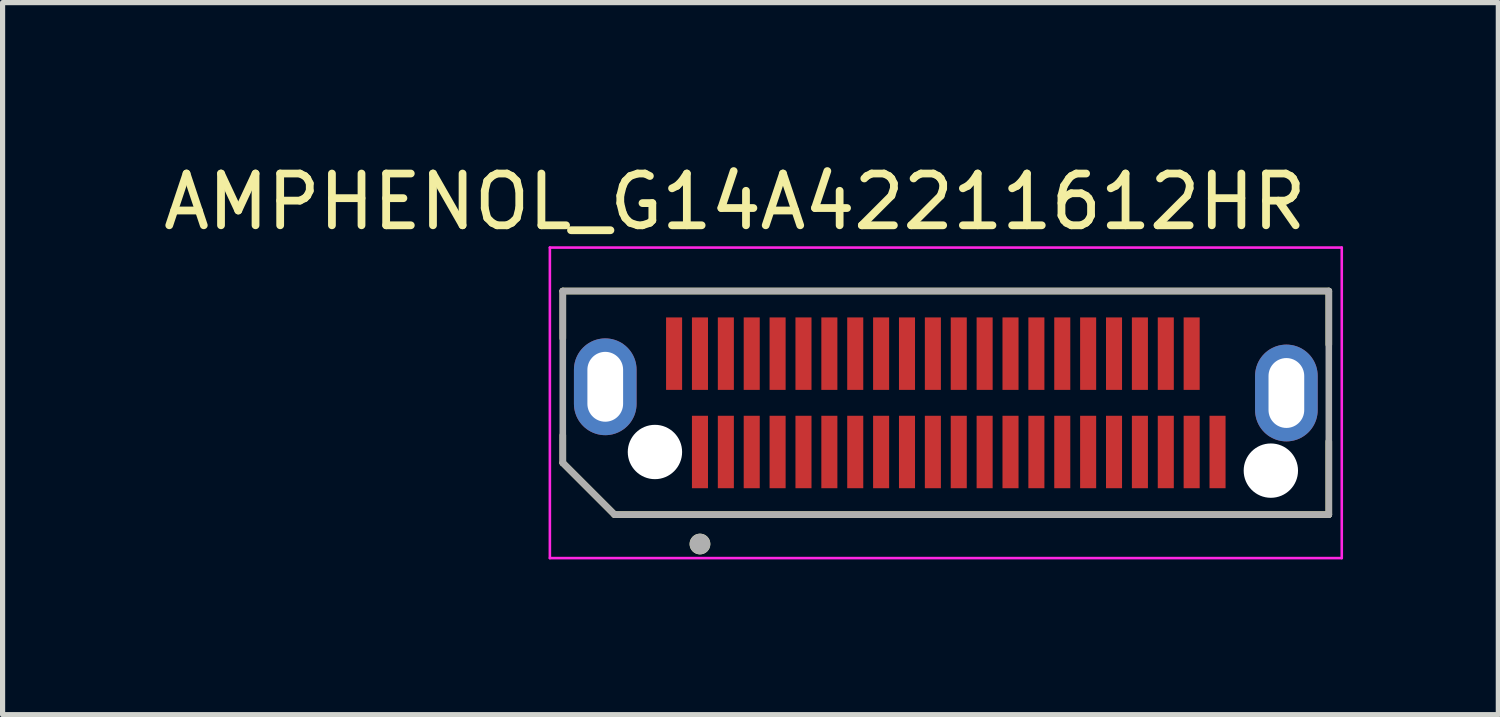
<source format=kicad_pcb>
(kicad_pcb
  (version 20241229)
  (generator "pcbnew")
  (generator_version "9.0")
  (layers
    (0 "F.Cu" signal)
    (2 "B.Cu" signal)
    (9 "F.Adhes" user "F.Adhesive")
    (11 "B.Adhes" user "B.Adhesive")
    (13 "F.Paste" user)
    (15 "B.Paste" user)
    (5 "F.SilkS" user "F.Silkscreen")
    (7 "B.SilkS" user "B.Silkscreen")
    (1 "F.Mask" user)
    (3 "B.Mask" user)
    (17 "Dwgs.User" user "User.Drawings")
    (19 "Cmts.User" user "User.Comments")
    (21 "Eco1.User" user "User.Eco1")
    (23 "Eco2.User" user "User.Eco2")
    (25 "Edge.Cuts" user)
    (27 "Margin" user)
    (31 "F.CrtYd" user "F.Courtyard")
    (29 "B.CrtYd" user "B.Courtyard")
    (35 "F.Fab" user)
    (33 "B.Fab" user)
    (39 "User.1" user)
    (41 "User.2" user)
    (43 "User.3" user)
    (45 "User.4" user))
  (footprint "AMPHENOL_G14A42211612HR"
    (layer "F.Cu")
    (at 15.224 4.733)
    (property "Reference" "AMPHENOL_G14A42211612HR" (at -4.075 -3.885 0) (layer "F.SilkS") (effects (font (size 1 1) (thickness 0.15))))
    (attr smd)
    (fp_poly (pts (xy -5.455 -1.7) (xy -5.045 -1.7) (xy -5.045 -0.2) (xy -5.455 -0.2)) (stroke (width 0.01) (type solid)) (fill yes) (layer "F.Mask"))
    (fp_poly (pts (xy -4.955 -1.7) (xy -4.545 -1.7) (xy -4.545 -0.2) (xy -4.955 -0.2)) (stroke (width 0.01) (type solid)) (fill yes) (layer "F.Mask"))
    (fp_poly (pts (xy -4.955 0.2) (xy -4.545 0.2) (xy -4.545 1.7) (xy -4.955 1.7)) (stroke (width 0.01) (type solid)) (fill yes) (layer "F.Mask"))
    (fp_poly (pts (xy -4.455 -1.7) (xy -4.045 -1.7) (xy -4.045 -0.2) (xy -4.455 -0.2)) (stroke (width 0.01) (type solid)) (fill yes) (layer "F.Mask"))
    (fp_poly (pts (xy -4.455 0.2) (xy -4.045 0.2) (xy -4.045 1.7) (xy -4.455 1.7)) (stroke (width 0.01) (type solid)) (fill yes) (layer "F.Mask"))
    (fp_poly (pts (xy -3.955 -1.7) (xy -3.545 -1.7) (xy -3.545 -0.2) (xy -3.955 -0.2)) (stroke (width 0.01) (type solid)) (fill yes) (layer "F.Mask"))
    (fp_poly (pts (xy -3.955 0.2) (xy -3.545 0.2) (xy -3.545 1.7) (xy -3.955 1.7)) (stroke (width 0.01) (type solid)) (fill yes) (layer "F.Mask"))
    (fp_poly (pts (xy -3.455 -1.7) (xy -3.045 -1.7) (xy -3.045 -0.2) (xy -3.455 -0.2)) (stroke (width 0.01) (type solid)) (fill yes) (layer "F.Mask"))
    (fp_poly (pts (xy -3.455 0.2) (xy -3.045 0.2) (xy -3.045 1.7) (xy -3.455 1.7)) (stroke (width 0.01) (type solid)) (fill yes) (layer "F.Mask"))
    (fp_poly (pts (xy -2.955 -1.7) (xy -2.545 -1.7) (xy -2.545 -0.2) (xy -2.955 -0.2)) (stroke (width 0.01) (type solid)) (fill yes) (layer "F.Mask"))
    (fp_poly (pts (xy -2.955 0.2) (xy -2.545 0.2) (xy -2.545 1.7) (xy -2.955 1.7)) (stroke (width 0.01) (type solid)) (fill yes) (layer "F.Mask"))
    (fp_poly (pts (xy -2.455 -1.7) (xy -2.045 -1.7) (xy -2.045 -0.2) (xy -2.455 -0.2)) (stroke (width 0.01) (type solid)) (fill yes) (layer "F.Mask"))
    (fp_poly (pts (xy -2.455 0.2) (xy -2.045 0.2) (xy -2.045 1.7) (xy -2.455 1.7)) (stroke (width 0.01) (type solid)) (fill yes) (layer "F.Mask"))
    (fp_poly (pts (xy -1.955 -1.7) (xy -1.545 -1.7) (xy -1.545 -0.2) (xy -1.955 -0.2)) (stroke (width 0.01) (type solid)) (fill yes) (layer "F.Mask"))
    (fp_poly (pts (xy -1.955 0.2) (xy -1.545 0.2) (xy -1.545 1.7) (xy -1.955 1.7)) (stroke (width 0.01) (type solid)) (fill yes) (layer "F.Mask"))
    (fp_poly (pts (xy -1.455 -1.7) (xy -1.045 -1.7) (xy -1.045 -0.2) (xy -1.455 -0.2)) (stroke (width 0.01) (type solid)) (fill yes) (layer "F.Mask"))
    (fp_poly (pts (xy -1.455 0.2) (xy -1.045 0.2) (xy -1.045 1.7) (xy -1.455 1.7)) (stroke (width 0.01) (type solid)) (fill yes) (layer "F.Mask"))
    (fp_poly (pts (xy -0.955 -1.7) (xy -0.545 -1.7) (xy -0.545 -0.2) (xy -0.955 -0.2)) (stroke (width 0.01) (type solid)) (fill yes) (layer "F.Mask"))
    (fp_poly (pts (xy -0.955 0.2) (xy -0.545 0.2) (xy -0.545 1.7) (xy -0.955 1.7)) (stroke (width 0.01) (type solid)) (fill yes) (layer "F.Mask"))
    (fp_poly (pts (xy -0.455 -1.7) (xy -0.045 -1.7) (xy -0.045 -0.2) (xy -0.455 -0.2)) (stroke (width 0.01) (type solid)) (fill yes) (layer "F.Mask"))
    (fp_poly (pts (xy -0.455 0.2) (xy -0.045 0.2) (xy -0.045 1.7) (xy -0.455 1.7)) (stroke (width 0.01) (type solid)) (fill yes) (layer "F.Mask"))
    (fp_poly (pts (xy 0.045 -1.7) (xy 0.455 -1.7) (xy 0.455 -0.2) (xy 0.045 -0.2)) (stroke (width 0.01) (type solid)) (fill yes) (layer "F.Mask"))
    (fp_poly (pts (xy 0.045 0.2) (xy 0.455 0.2) (xy 0.455 1.7) (xy 0.045 1.7)) (stroke (width 0.01) (type solid)) (fill yes) (layer "F.Mask"))
    (fp_poly (pts (xy 0.545 -1.7) (xy 0.955 -1.7) (xy 0.955 -0.2) (xy 0.545 -0.2)) (stroke (width 0.01) (type solid)) (fill yes) (layer "F.Mask"))
    (fp_poly (pts (xy 0.545 0.2) (xy 0.955 0.2) (xy 0.955 1.7) (xy 0.545 1.7)) (stroke (width 0.01) (type solid)) (fill yes) (layer "F.Mask"))
    (fp_poly (pts (xy 1.045 -1.7) (xy 1.455 -1.7) (xy 1.455 -0.2) (xy 1.045 -0.2)) (stroke (width 0.01) (type solid)) (fill yes) (layer "F.Mask"))
    (fp_poly (pts (xy 1.045 0.2) (xy 1.455 0.2) (xy 1.455 1.7) (xy 1.045 1.7)) (stroke (width 0.01) (type solid)) (fill yes) (layer "F.Mask"))
    (fp_poly (pts (xy 1.545 -1.7) (xy 1.955 -1.7) (xy 1.955 -0.2) (xy 1.545 -0.2)) (stroke (width 0.01) (type solid)) (fill yes) (layer "F.Mask"))
    (fp_poly (pts (xy 1.545 0.2) (xy 1.955 0.2) (xy 1.955 1.7) (xy 1.545 1.7)) (stroke (width 0.01) (type solid)) (fill yes) (layer "F.Mask"))
    (fp_poly (pts (xy 2.045 -1.7) (xy 2.455 -1.7) (xy 2.455 -0.2) (xy 2.045 -0.2)) (stroke (width 0.01) (type solid)) (fill yes) (layer "F.Mask"))
    (fp_poly (pts (xy 2.045 0.2) (xy 2.455 0.2) (xy 2.455 1.7) (xy 2.045 1.7)) (stroke (width 0.01) (type solid)) (fill yes) (layer "F.Mask"))
    (fp_poly (pts (xy 2.545 -1.7) (xy 2.955 -1.7) (xy 2.955 -0.2) (xy 2.545 -0.2)) (stroke (width 0.01) (type solid)) (fill yes) (layer "F.Mask"))
    (fp_poly (pts (xy 2.545 0.2) (xy 2.955 0.2) (xy 2.955 1.7) (xy 2.545 1.7)) (stroke (width 0.01) (type solid)) (fill yes) (layer "F.Mask"))
    (fp_poly (pts (xy 3.045 -1.7) (xy 3.455 -1.7) (xy 3.455 -0.2) (xy 3.045 -0.2)) (stroke (width 0.01) (type solid)) (fill yes) (layer "F.Mask"))
    (fp_poly (pts (xy 3.045 0.2) (xy 3.455 0.2) (xy 3.455 1.7) (xy 3.045 1.7)) (stroke (width 0.01) (type solid)) (fill yes) (layer "F.Mask"))
    (fp_poly (pts (xy 3.045 0.2) (xy 3.455 0.2) (xy 3.455 1.7) (xy 3.045 1.7)) (stroke (width 0.01) (type solid)) (fill yes) (layer "F.Mask"))
    (fp_poly (pts (xy 3.545 -1.7) (xy 3.955 -1.7) (xy 3.955 -0.2) (xy 3.545 -0.2)) (stroke (width 0.01) (type solid)) (fill yes) (layer "F.Mask"))
    (fp_poly (pts (xy 3.545 0.2) (xy 3.955 0.2) (xy 3.955 1.7) (xy 3.545 1.7)) (stroke (width 0.01) (type solid)) (fill yes) (layer "F.Mask"))
    (fp_poly (pts (xy 4.045 -1.7) (xy 4.455 -1.7) (xy 4.455 -0.2) (xy 4.045 -0.2)) (stroke (width 0.01) (type solid)) (fill yes) (layer "F.Mask"))
    (fp_poly (pts (xy 4.045 0.2) (xy 4.455 0.2) (xy 4.455 1.7) (xy 4.045 1.7)) (stroke (width 0.01) (type solid)) (fill yes) (layer "F.Mask"))
    (fp_poly (pts (xy 4.545 -1.7) (xy 4.955 -1.7) (xy 4.955 -0.2) (xy 4.545 -0.2)) (stroke (width 0.01) (type solid)) (fill yes) (layer "F.Mask"))
    (fp_poly (pts (xy 4.545 0.2) (xy 4.955 0.2) (xy 4.955 1.7) (xy 4.545 1.7)) (stroke (width 0.01) (type solid)) (fill yes) (layer "F.Mask"))
    (fp_poly (pts (xy 5.045 0.2) (xy 5.455 0.2) (xy 5.455 1.7) (xy 5.045 1.7)) (stroke (width 0.01) (type solid)) (fill yes) (layer "F.Mask"))
    (fp_poly (pts (xy 7.285 -0.52) (xy 7.285 0.14) (xy 7.284 0.177) (xy 7.281 0.214) (xy 7.276 0.25) (xy 7.27 0.287) (xy 7.261 0.322) (xy 7.25 0.358) (xy 7.238 0.393) (xy 7.224 0.427) (xy 7.208 0.46) (xy 7.191 0.492) (xy 7.171 0.524) (xy 7.15 0.554) (xy 7.128 0.584) (xy 7.104 0.612) (xy 7.079 0.639) (xy 7.052 0.664) (xy 7.024 0.688) (xy 6.994 0.71) (xy 6.964 0.731) (xy 6.933 0.751) (xy 6.9 0.768) (xy 6.867 0.784) (xy 6.833 0.798) (xy 6.798 0.81) (xy 6.762 0.821) (xy 6.727 0.83) (xy 6.69 0.836) (xy 6.654 0.841) (xy 6.617 0.844) (xy 6.58 0.845) (xy 6.543 0.844) (xy 6.506 0.841) (xy 6.47 0.836) (xy 6.433 0.83) (xy 6.398 0.821) (xy 6.362 0.81) (xy 6.327 0.798) (xy 6.293 0.784) (xy 6.26 0.768) (xy 6.228 0.751) (xy 6.196 0.731) (xy 6.166 0.71) (xy 6.136 0.688) (xy 6.108 0.664) (xy 6.081 0.639) (xy 6.056 0.612) (xy 6.032 0.584) (xy 6.01 0.554) (xy 5.989 0.524) (xy 5.969 0.492) (xy 5.952 0.46) (xy 5.936 0.427) (xy 5.922 0.393) (xy 5.91 0.358) (xy 5.899 0.322) (xy 5.89 0.287) (xy 5.884 0.25) (xy 5.879 0.214) (xy 5.876 0.177) (xy 5.875 0.14) (xy 5.875 -0.52) (xy 5.876 -0.557) (xy 5.879 -0.594) (xy 5.884 -0.63) (xy 5.89 -0.667) (xy 5.899 -0.702) (xy 5.91 -0.738) (xy 5.922 -0.773) (xy 5.936 -0.807) (xy 5.952 -0.84) (xy 5.969 -0.873) (xy 5.989 -0.904) (xy 6.01 -0.934) (xy 6.032 -0.964) (xy 6.056 -0.992) (xy 6.081 -1.019) (xy 6.108 -1.044) (xy 6.136 -1.068) (xy 6.166 -1.09) (xy 6.196 -1.111) (xy 6.228 -1.131) (xy 6.26 -1.148) (xy 6.293 -1.164) (xy 6.327 -1.178) (xy 6.362 -1.19) (xy 6.398 -1.201) (xy 6.433 -1.21) (xy 6.47 -1.216) (xy 6.506 -1.221) (xy 6.543 -1.224) (xy 6.58 -1.225) (xy 6.617 -1.224) (xy 6.654 -1.221) (xy 6.69 -1.216) (xy 6.727 -1.21) (xy 6.762 -1.201) (xy 6.798 -1.19) (xy 6.833 -1.178) (xy 6.867 -1.164) (xy 6.9 -1.148) (xy 6.933 -1.131) (xy 6.964 -1.111) (xy 6.994 -1.09) (xy 7.024 -1.068) (xy 7.052 -1.044) (xy 7.079 -1.019) (xy 7.104 -0.992) (xy 7.128 -0.964) (xy 7.15 -0.934) (xy 7.171 -0.904) (xy 7.191 -0.873) (xy 7.208 -0.84) (xy 7.224 -0.807) (xy 7.238 -0.773) (xy 7.25 -0.738) (xy 7.261 -0.702) (xy 7.27 -0.667) (xy 7.276 -0.63) (xy 7.281 -0.594) (xy 7.284 -0.557) (xy 7.285 -0.52)) (stroke (width 0.01) (type solid)) (fill yes) (layer "F.Mask"))
    (fp_poly (pts (xy 5.875 -0.52) (xy 5.875 0.14) (xy 5.876 0.177) (xy 5.879 0.214) (xy 5.884 0.25) (xy 5.89 0.287) (xy 5.899 0.322) (xy 5.91 0.358) (xy 5.922 0.393) (xy 5.936 0.427) (xy 5.952 0.46) (xy 5.969 0.492) (xy 5.989 0.524) (xy 6.01 0.554) (xy 6.032 0.584) (xy 6.056 0.612) (xy 6.081 0.639) (xy 6.108 0.664) (xy 6.136 0.688) (xy 6.166 0.71) (xy 6.196 0.731) (xy 6.228 0.751) (xy 6.26 0.768) (xy 6.293 0.784) (xy 6.327 0.798) (xy 6.362 0.81) (xy 6.398 0.821) (xy 6.433 0.83) (xy 6.47 0.836) (xy 6.506 0.841) (xy 6.543 0.844) (xy 6.58 0.845) (xy 6.617 0.844) (xy 6.654 0.841) (xy 6.69 0.836) (xy 6.727 0.83) (xy 6.762 0.821) (xy 6.798 0.81) (xy 6.833 0.798) (xy 6.867 0.784) (xy 6.9 0.768) (xy 6.933 0.751) (xy 6.964 0.731) (xy 6.994 0.71) (xy 7.024 0.688) (xy 7.052 0.664) (xy 7.079 0.639) (xy 7.104 0.612) (xy 7.128 0.584) (xy 7.15 0.554) (xy 7.171 0.524) (xy 7.191 0.492) (xy 7.208 0.46) (xy 7.224 0.427) (xy 7.238 0.393) (xy 7.25 0.358) (xy 7.261 0.322) (xy 7.27 0.287) (xy 7.276 0.25) (xy 7.281 0.214) (xy 7.284 0.177) (xy 7.285 0.14) (xy 7.285 -0.52) (xy 7.284 -0.557) (xy 7.281 -0.594) (xy 7.276 -0.63) (xy 7.27 -0.667) (xy 7.261 -0.702) (xy 7.25 -0.738) (xy 7.238 -0.773) (xy 7.224 -0.807) (xy 7.208 -0.84) (xy 7.191 -0.873) (xy 7.171 -0.904) (xy 7.15 -0.934) (xy 7.128 -0.964) (xy 7.104 -0.992) (xy 7.079 -1.019) (xy 7.052 -1.044) (xy 7.024 -1.068) (xy 6.994 -1.09) (xy 6.964 -1.111) (xy 6.933 -1.131) (xy 6.9 -1.148) (xy 6.867 -1.164) (xy 6.833 -1.178) (xy 6.798 -1.19) (xy 6.762 -1.201) (xy 6.727 -1.21) (xy 6.69 -1.216) (xy 6.654 -1.221) (xy 6.617 -1.224) (xy 6.58 -1.225) (xy 6.543 -1.224) (xy 6.506 -1.221) (xy 6.47 -1.216) (xy 6.433 -1.21) (xy 6.398 -1.201) (xy 6.362 -1.19) (xy 6.327 -1.178) (xy 6.293 -1.164) (xy 6.26 -1.148) (xy 6.228 -1.131) (xy 6.196 -1.111) (xy 6.166 -1.09) (xy 6.136 -1.068) (xy 6.108 -1.044) (xy 6.081 -1.019) (xy 6.056 -0.992) (xy 6.032 -0.964) (xy 6.01 -0.934) (xy 5.989 -0.904) (xy 5.969 -0.873) (xy 5.952 -0.84) (xy 5.936 -0.807) (xy 5.922 -0.773) (xy 5.91 -0.738) (xy 5.899 -0.702) (xy 5.89 -0.667) (xy 5.884 -0.63) (xy 5.879 -0.594) (xy 5.876 -0.557) (xy 5.875 -0.52)) (stroke (width 0.01) (type solid)) (fill yes) (layer "B.Mask"))
    (fp_line (start -7.4 -2.16) (end 7.4 -2.16) (stroke (width 0.127) (type solid)) (layer "F.SilkS"))
    (fp_line (start -7.4 -1.245) (end -7.4 -2.16) (stroke (width 0.127) (type solid)) (layer "F.SilkS"))
    (fp_line (start -7.4 1.16) (end -7.4 0.625) (stroke (width 0.127) (type solid)) (layer "F.SilkS"))
    (fp_line (start -6.4 2.16) (end -7.4 1.16) (stroke (width 0.127) (type solid)) (layer "F.SilkS"))
    (fp_line (start 7.4 -2.16) (end 7.4 -1.125) (stroke (width 0.127) (type solid)) (layer "F.SilkS"))
    (fp_line (start 7.4 2.16) (end -6.4 2.16) (stroke (width 0.127) (type solid)) (layer "F.SilkS"))
    (fp_line (start 7.4 2.16) (end 7.4 0.745) (stroke (width 0.127) (type solid)) (layer "F.SilkS"))
    (fp_circle (center -4.75 2.728) (end -4.65 2.728) (stroke (width 0.2) (type solid)) (fill no) (layer "F.SilkS"))
    (fp_line (start -7.65 -3) (end -7.65 3) (stroke (width 0.05) (type solid)) (layer "F.CrtYd"))
    (fp_line (start -7.65 3) (end 7.65 3) (stroke (width 0.05) (type solid)) (layer "F.CrtYd"))
    (fp_line (start 7.65 -3) (end -7.65 -3) (stroke (width 0.05) (type solid)) (layer "F.CrtYd"))
    (fp_line (start 7.65 3) (end 7.65 -3) (stroke (width 0.05) (type solid)) (layer "F.CrtYd"))
    (fp_line (start -7.4 -2.16) (end 7.4 -2.16) (stroke (width 0.127) (type solid)) (layer "F.Fab"))
    (fp_line (start -7.4 1.16) (end -7.4 -2.16) (stroke (width 0.127) (type solid)) (layer "F.Fab"))
    (fp_line (start -6.4 2.16) (end -7.4 1.16) (stroke (width 0.127) (type solid)) (layer "F.Fab"))
    (fp_line (start 7.4 -2.16) (end 7.4 2.16) (stroke (width 0.127) (type solid)) (layer "F.Fab"))
    (fp_line (start 7.4 2.16) (end -6.4 2.16) (stroke (width 0.127) (type solid)) (layer "F.Fab"))
    (fp_circle (center -4.75 2.728) (end -4.65 2.728) (stroke (width 0.2) (type solid)) (fill no) (layer "F.Fab"))
    (pad "" np_thru_hole circle (at -5.62 0.95) (size 1.05 1.05) (drill 1.05) (layers "*.Cu" "*.Mask"))
    (pad "" np_thru_hole circle (at 6.28 1.31) (size 1.05 1.05) (drill 1.05) (layers "*.Cu" "*.Mask"))
    (pad "A1" smd rect (at -4.75 0.95) (size 0.31 1.4) (layers "F.Cu" "F.Paste"))
    (pad "A2" smd rect (at -4.25 0.95) (size 0.31 1.4) (layers "F.Cu" "F.Paste"))
    (pad "A3" smd rect (at -3.75 0.95) (size 0.31 1.4) (layers "F.Cu" "F.Paste"))
    (pad "A4" smd rect (at -3.25 0.95) (size 0.31 1.4) (layers "F.Cu" "F.Paste"))
    (pad "A5" smd rect (at -2.75 0.95) (size 0.31 1.4) (layers "F.Cu" "F.Paste"))
    (pad "A6" smd rect (at -2.25 0.95) (size 0.31 1.4) (layers "F.Cu" "F.Paste"))
    (pad "A7" smd rect (at -1.75 0.95) (size 0.31 1.4) (layers "F.Cu" "F.Paste"))
    (pad "A8" smd rect (at -1.25 0.95) (size 0.31 1.4) (layers "F.Cu" "F.Paste"))
    (pad "A9" smd rect (at -0.75 0.95) (size 0.31 1.4) (layers "F.Cu" "F.Paste"))
    (pad "A10" smd rect (at -0.25 0.95) (size 0.31 1.4) (layers "F.Cu" "F.Paste"))
    (pad "A11" smd rect (at 0.25 0.95) (size 0.31 1.4) (layers "F.Cu" "F.Paste"))
    (pad "A12" smd rect (at 0.75 0.95) (size 0.31 1.4) (layers "F.Cu" "F.Paste"))
    (pad "A13" smd rect (at 1.25 0.95) (size 0.31 1.4) (layers "F.Cu" "F.Paste"))
    (pad "A14" smd rect (at 1.75 0.95) (size 0.31 1.4) (layers "F.Cu" "F.Paste"))
    (pad "A15" smd rect (at 2.25 0.95) (size 0.31 1.4) (layers "F.Cu" "F.Paste"))
    (pad "A16" smd rect (at 2.75 0.95) (size 0.31 1.4) (layers "F.Cu" "F.Paste"))
    (pad "A17" smd rect (at 3.25 0.95) (size 0.31 1.4) (layers "F.Cu" "F.Paste"))
    (pad "A18" smd rect (at 3.75 0.95) (size 0.31 1.4) (layers "F.Cu" "F.Paste"))
    (pad "A19" smd rect (at 4.25 0.95) (size 0.31 1.4) (layers "F.Cu" "F.Paste"))
    (pad "A20" smd rect (at 4.75 0.95) (size 0.31 1.4) (layers "F.Cu" "F.Paste"))
    (pad "A21" smd rect (at 5.25 0.95) (size 0.31 1.4) (layers "F.Cu" "F.Paste"))
    (pad "B1" smd rect (at -5.25 -0.95) (size 0.31 1.4) (layers "F.Cu" "F.Paste"))
    (pad "B2" smd rect (at -4.75 -0.95) (size 0.31 1.4) (layers "F.Cu" "F.Paste"))
    (pad "B3" smd rect (at -4.25 -0.95) (size 0.31 1.4) (layers "F.Cu" "F.Paste"))
    (pad "B4" smd rect (at -3.75 -0.95) (size 0.31 1.4) (layers "F.Cu" "F.Paste"))
    (pad "B5" smd rect (at -3.25 -0.95) (size 0.31 1.4) (layers "F.Cu" "F.Paste"))
    (pad "B6" smd rect (at -2.75 -0.95) (size 0.31 1.4) (layers "F.Cu" "F.Paste"))
    (pad "B7" smd rect (at -2.25 -0.95) (size 0.31 1.4) (layers "F.Cu" "F.Paste"))
    (pad "B8" smd rect (at -1.75 -0.95) (size 0.31 1.4) (layers "F.Cu" "F.Paste"))
    (pad "B9" smd rect (at -1.25 -0.95) (size 0.31 1.4) (layers "F.Cu" "F.Paste"))
    (pad "B10" smd rect (at -0.75 -0.95) (size 0.31 1.4) (layers "F.Cu" "F.Paste"))
    (pad "B11" smd rect (at -0.25 -0.95) (size 0.31 1.4) (layers "F.Cu" "F.Paste"))
    (pad "B12" smd rect (at 0.25 -0.95) (size 0.31 1.4) (layers "F.Cu" "F.Paste"))
    (pad "B13" smd rect (at 0.75 -0.95) (size 0.31 1.4) (layers "F.Cu" "F.Paste"))
    (pad "B14" smd rect (at 1.25 -0.95) (size 0.31 1.4) (layers "F.Cu" "F.Paste"))
    (pad "B15" smd rect (at 1.75 -0.95) (size 0.31 1.4) (layers "F.Cu" "F.Paste"))
    (pad "B16" smd rect (at 2.25 -0.95) (size 0.31 1.4) (layers "F.Cu" "F.Paste"))
    (pad "B17" smd rect (at 2.75 -0.95) (size 0.31 1.4) (layers "F.Cu" "F.Paste"))
    (pad "B18" smd rect (at 3.25 -0.95) (size 0.31 1.4) (layers "F.Cu" "F.Paste"))
    (pad "B19" smd rect (at 3.75 -0.95) (size 0.31 1.4) (layers "F.Cu" "F.Paste"))
    (pad "B20" smd rect (at 4.25 -0.95) (size 0.31 1.4) (layers "F.Cu" "F.Paste"))
    (pad "B21" smd rect (at 4.75 -0.95) (size 0.31 1.4) (layers "F.Cu" "F.Paste"))
    (pad "SH1" thru_hole oval (at -6.58 -0.31) (size 1.21 1.87) (drill oval 0.69 1.35) (layers "*.Cu" "*.Mask"))
    (pad "SH2" thru_hole oval (at 6.58 -0.19) (size 1.21 1.87) (drill oval 0.69 1.35) (layers "*.Cu")))
  (gr_rect
    (start -3 -3)
    (end 25.899 10.758)
    (stroke (width 0.1) (type default))
    (fill no)
    (layer "Edge.Cuts")))
</source>
